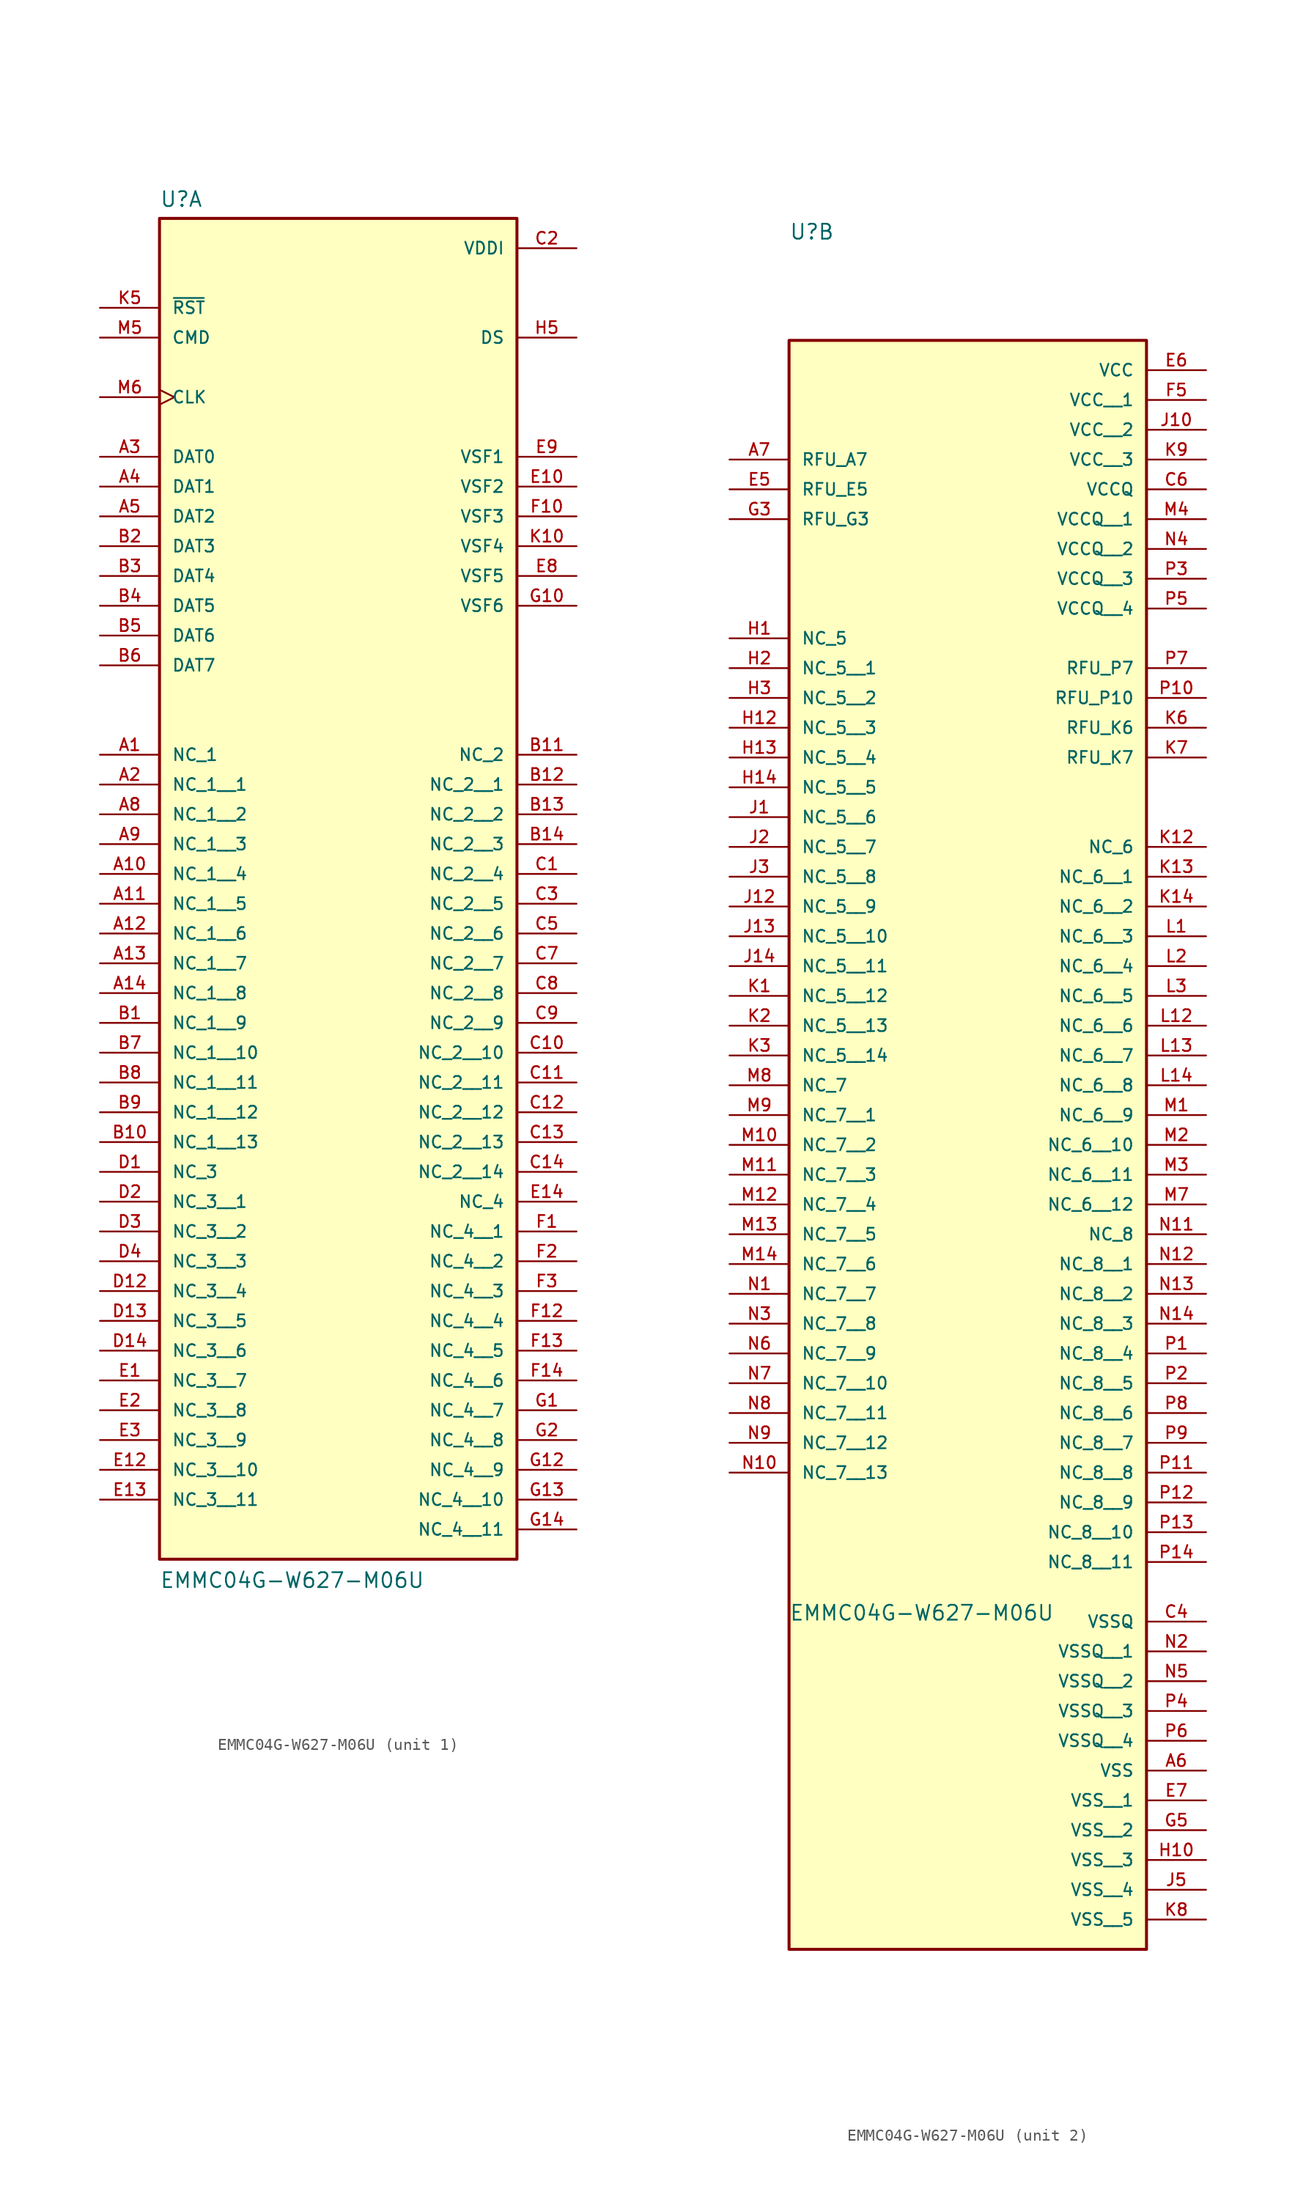
<source format=kicad_sym>
(kicad_symbol_lib
  (version 20211014)
  (generator kicad_symbol_editor)
  (symbol "EMMC04G-W627-M06U"
    (pin_names
      (offset 1.016))
    (property "Reference" "U"
      (at -15.24 26.289 0)
      (effects (font (size 1.27 1.27)) (justify bottom left)))
    (property "Value" "EMMC04G-W627-M06U"
      (at -15.24 -91.44 0)
      (effects (font (size 1.27 1.27)) (justify bottom left)))
    (symbol "EMMC04G-W627-M06U_1_0"
      (rectangle (start -15.24 -88.9) (end 15.24 25.4) (stroke (width 0.254)) (fill (type background)))
      (pin bidirectional line (at -20.32 5.08 0) (length 5.08) (name "DAT0" (effects (font (size 1.016 1.016)))) (number "A3" (effects (font (size 1.016 1.016)))))
      (pin bidirectional line (at -20.32 2.54 0) (length 5.08) (name "DAT1" (effects (font (size 1.016 1.016)))) (number "A4" (effects (font (size 1.016 1.016)))))
      (pin bidirectional line (at -20.32 0.0 0) (length 5.08) (name "DAT2" (effects (font (size 1.016 1.016)))) (number "A5" (effects (font (size 1.016 1.016)))))
      (pin bidirectional line (at -20.32 -2.54 0) (length 5.08) (name "DAT3" (effects (font (size 1.016 1.016)))) (number "B2" (effects (font (size 1.016 1.016)))))
      (pin bidirectional line (at -20.32 -5.08 0) (length 5.08) (name "DAT4" (effects (font (size 1.016 1.016)))) (number "B3" (effects (font (size 1.016 1.016)))))
      (pin bidirectional line (at -20.32 -7.62 0) (length 5.08) (name "DAT5" (effects (font (size 1.016 1.016)))) (number "B4" (effects (font (size 1.016 1.016)))))
      (pin bidirectional line (at -20.32 -10.16 0) (length 5.08) (name "DAT6" (effects (font (size 1.016 1.016)))) (number "B5" (effects (font (size 1.016 1.016)))))
      (pin bidirectional line (at -20.32 -12.7 0) (length 5.08) (name "DAT7" (effects (font (size 1.016 1.016)))) (number "B6" (effects (font (size 1.016 1.016)))))
      (pin bidirectional line (at -20.32 15.24 0) (length 5.08) (name "CMD" (effects (font (size 1.016 1.016)))) (number "M5" (effects (font (size 1.016 1.016)))))
      (pin input clock (at -20.32 10.16 0) (length 5.08) (name "CLK" (effects (font (size 1.016 1.016)))) (number "M6" (effects (font (size 1.016 1.016)))))
      (pin input line (at -20.32 17.78 0) (length 5.08) (name "~{RST}" (effects (font (size 1.016 1.016)))) (number "K5" (effects (font (size 1.016 1.016)))))
      (pin bidirectional line (at 20.32 15.24 180.0) (length 5.08) (name "DS" (effects (font (size 1.016 1.016)))) (number "H5" (effects (font (size 1.016 1.016)))))
      (pin bidirectional line (at 20.32 5.08 180.0) (length 5.08) (name "VSF1" (effects (font (size 1.016 1.016)))) (number "E9" (effects (font (size 1.016 1.016)))))
      (pin bidirectional line (at 20.32 2.54 180.0) (length 5.08) (name "VSF2" (effects (font (size 1.016 1.016)))) (number "E10" (effects (font (size 1.016 1.016)))))
      (pin bidirectional line (at 20.32 0.0 180.0) (length 5.08) (name "VSF3" (effects (font (size 1.016 1.016)))) (number "F10" (effects (font (size 1.016 1.016)))))
      (pin bidirectional line (at 20.32 -2.54 180.0) (length 5.08) (name "VSF4" (effects (font (size 1.016 1.016)))) (number "K10" (effects (font (size 1.016 1.016)))))
      (pin passive line (at 20.32 22.86 180.0) (length 5.08) (name "VDDI" (effects (font (size 1.016 1.016)))) (number "C2" (effects (font (size 1.016 1.016)))))
      (pin passive line (at -20.32 -20.32 0) (length 5.08) (name "NC_1" (effects (font (size 1.016 1.016)))) (number "A1" (effects (font (size 1.016 1.016)))))
      (pin passive line (at 20.32 -20.32 180.0) (length 5.08) (name "NC_2" (effects (font (size 1.016 1.016)))) (number "B11" (effects (font (size 1.016 1.016)))))
      (pin passive line (at -20.32 -55.88 0) (length 5.08) (name "NC_3" (effects (font (size 1.016 1.016)))) (number "D1" (effects (font (size 1.016 1.016)))))
      (pin passive line (at 20.32 -58.42 180.0) (length 5.08) (name "NC_4" (effects (font (size 1.016 1.016)))) (number "E14" (effects (font (size 1.016 1.016)))))
      (pin bidirectional line (at 20.32 -5.08 180.0) (length 5.08) (name "VSF5" (effects (font (size 1.016 1.016)))) (number "E8" (effects (font (size 1.016 1.016)))))
      (pin bidirectional line (at 20.32 -7.62 180.0) (length 5.08) (name "VSF6" (effects (font (size 1.016 1.016)))) (number "G10" (effects (font (size 1.016 1.016)))))
      (pin passive line (at -20.32 -22.86 0) (length 5.08) (name "NC_1__1" (effects (font (size 1.016 1.016)))) (number "A2" (effects (font (size 1.016 1.016)))))
      (pin passive line (at -20.32 -25.4 0) (length 5.08) (name "NC_1__2" (effects (font (size 1.016 1.016)))) (number "A8" (effects (font (size 1.016 1.016)))))
      (pin passive line (at -20.32 -27.94 0) (length 5.08) (name "NC_1__3" (effects (font (size 1.016 1.016)))) (number "A9" (effects (font (size 1.016 1.016)))))
      (pin passive line (at -20.32 -30.48 0) (length 5.08) (name "NC_1__4" (effects (font (size 1.016 1.016)))) (number "A10" (effects (font (size 1.016 1.016)))))
      (pin passive line (at -20.32 -33.02 0) (length 5.08) (name "NC_1__5" (effects (font (size 1.016 1.016)))) (number "A11" (effects (font (size 1.016 1.016)))))
      (pin passive line (at -20.32 -35.56 0) (length 5.08) (name "NC_1__6" (effects (font (size 1.016 1.016)))) (number "A12" (effects (font (size 1.016 1.016)))))
      (pin passive line (at -20.32 -38.1 0) (length 5.08) (name "NC_1__7" (effects (font (size 1.016 1.016)))) (number "A13" (effects (font (size 1.016 1.016)))))
      (pin passive line (at -20.32 -40.64 0) (length 5.08) (name "NC_1__8" (effects (font (size 1.016 1.016)))) (number "A14" (effects (font (size 1.016 1.016)))))
      (pin passive line (at -20.32 -43.18 0) (length 5.08) (name "NC_1__9" (effects (font (size 1.016 1.016)))) (number "B1" (effects (font (size 1.016 1.016)))))
      (pin passive line (at -20.32 -45.72 0) (length 5.08) (name "NC_1__10" (effects (font (size 1.016 1.016)))) (number "B7" (effects (font (size 1.016 1.016)))))
      (pin passive line (at -20.32 -48.26 0) (length 5.08) (name "NC_1__11" (effects (font (size 1.016 1.016)))) (number "B8" (effects (font (size 1.016 1.016)))))
      (pin passive line (at -20.32 -50.8 0) (length 5.08) (name "NC_1__12" (effects (font (size 1.016 1.016)))) (number "B9" (effects (font (size 1.016 1.016)))))
      (pin passive line (at -20.32 -53.34 0) (length 5.08) (name "NC_1__13" (effects (font (size 1.016 1.016)))) (number "B10" (effects (font (size 1.016 1.016)))))
      (pin passive line (at -20.32 -58.42 0) (length 5.08) (name "NC_3__1" (effects (font (size 1.016 1.016)))) (number "D2" (effects (font (size 1.016 1.016)))))
      (pin passive line (at -20.32 -60.96 0) (length 5.08) (name "NC_3__2" (effects (font (size 1.016 1.016)))) (number "D3" (effects (font (size 1.016 1.016)))))
      (pin passive line (at -20.32 -63.5 0) (length 5.08) (name "NC_3__3" (effects (font (size 1.016 1.016)))) (number "D4" (effects (font (size 1.016 1.016)))))
      (pin passive line (at -20.32 -66.04 0) (length 5.08) (name "NC_3__4" (effects (font (size 1.016 1.016)))) (number "D12" (effects (font (size 1.016 1.016)))))
      (pin passive line (at -20.32 -68.58 0) (length 5.08) (name "NC_3__5" (effects (font (size 1.016 1.016)))) (number "D13" (effects (font (size 1.016 1.016)))))
      (pin passive line (at -20.32 -71.12 0) (length 5.08) (name "NC_3__6" (effects (font (size 1.016 1.016)))) (number "D14" (effects (font (size 1.016 1.016)))))
      (pin passive line (at -20.32 -73.66 0) (length 5.08) (name "NC_3__7" (effects (font (size 1.016 1.016)))) (number "E1" (effects (font (size 1.016 1.016)))))
      (pin passive line (at -20.32 -76.2 0) (length 5.08) (name "NC_3__8" (effects (font (size 1.016 1.016)))) (number "E2" (effects (font (size 1.016 1.016)))))
      (pin passive line (at -20.32 -78.74 0) (length 5.08) (name "NC_3__9" (effects (font (size 1.016 1.016)))) (number "E3" (effects (font (size 1.016 1.016)))))
      (pin passive line (at -20.32 -81.28 0) (length 5.08) (name "NC_3__10" (effects (font (size 1.016 1.016)))) (number "E12" (effects (font (size 1.016 1.016)))))
      (pin passive line (at -20.32 -83.82 0) (length 5.08) (name "NC_3__11" (effects (font (size 1.016 1.016)))) (number "E13" (effects (font (size 1.016 1.016)))))
      (pin passive line (at 20.32 -22.86 180.0) (length 5.08) (name "NC_2__1" (effects (font (size 1.016 1.016)))) (number "B12" (effects (font (size 1.016 1.016)))))
      (pin passive line (at 20.32 -25.4 180.0) (length 5.08) (name "NC_2__2" (effects (font (size 1.016 1.016)))) (number "B13" (effects (font (size 1.016 1.016)))))
      (pin passive line (at 20.32 -27.94 180.0) (length 5.08) (name "NC_2__3" (effects (font (size 1.016 1.016)))) (number "B14" (effects (font (size 1.016 1.016)))))
      (pin passive line (at 20.32 -30.48 180.0) (length 5.08) (name "NC_2__4" (effects (font (size 1.016 1.016)))) (number "C1" (effects (font (size 1.016 1.016)))))
      (pin passive line (at 20.32 -33.02 180.0) (length 5.08) (name "NC_2__5" (effects (font (size 1.016 1.016)))) (number "C3" (effects (font (size 1.016 1.016)))))
      (pin passive line (at 20.32 -35.56 180.0) (length 5.08) (name "NC_2__6" (effects (font (size 1.016 1.016)))) (number "C5" (effects (font (size 1.016 1.016)))))
      (pin passive line (at 20.32 -38.1 180.0) (length 5.08) (name "NC_2__7" (effects (font (size 1.016 1.016)))) (number "C7" (effects (font (size 1.016 1.016)))))
      (pin passive line (at 20.32 -40.64 180.0) (length 5.08) (name "NC_2__8" (effects (font (size 1.016 1.016)))) (number "C8" (effects (font (size 1.016 1.016)))))
      (pin passive line (at 20.32 -43.18 180.0) (length 5.08) (name "NC_2__9" (effects (font (size 1.016 1.016)))) (number "C9" (effects (font (size 1.016 1.016)))))
      (pin passive line (at 20.32 -45.72 180.0) (length 5.08) (name "NC_2__10" (effects (font (size 1.016 1.016)))) (number "C10" (effects (font (size 1.016 1.016)))))
      (pin passive line (at 20.32 -48.26 180.0) (length 5.08) (name "NC_2__11" (effects (font (size 1.016 1.016)))) (number "C11" (effects (font (size 1.016 1.016)))))
      (pin passive line (at 20.32 -50.8 180.0) (length 5.08) (name "NC_2__12" (effects (font (size 1.016 1.016)))) (number "C12" (effects (font (size 1.016 1.016)))))
      (pin passive line (at 20.32 -53.34 180.0) (length 5.08) (name "NC_2__13" (effects (font (size 1.016 1.016)))) (number "C13" (effects (font (size 1.016 1.016)))))
      (pin passive line (at 20.32 -55.88 180.0) (length 5.08) (name "NC_2__14" (effects (font (size 1.016 1.016)))) (number "C14" (effects (font (size 1.016 1.016)))))
      (pin passive line (at 20.32 -60.96 180.0) (length 5.08) (name "NC_4__1" (effects (font (size 1.016 1.016)))) (number "F1" (effects (font (size 1.016 1.016)))))
      (pin passive line (at 20.32 -63.5 180.0) (length 5.08) (name "NC_4__2" (effects (font (size 1.016 1.016)))) (number "F2" (effects (font (size 1.016 1.016)))))
      (pin passive line (at 20.32 -66.04 180.0) (length 5.08) (name "NC_4__3" (effects (font (size 1.016 1.016)))) (number "F3" (effects (font (size 1.016 1.016)))))
      (pin passive line (at 20.32 -68.58 180.0) (length 5.08) (name "NC_4__4" (effects (font (size 1.016 1.016)))) (number "F12" (effects (font (size 1.016 1.016)))))
      (pin passive line (at 20.32 -71.12 180.0) (length 5.08) (name "NC_4__5" (effects (font (size 1.016 1.016)))) (number "F13" (effects (font (size 1.016 1.016)))))
      (pin passive line (at 20.32 -73.66 180.0) (length 5.08) (name "NC_4__6" (effects (font (size 1.016 1.016)))) (number "F14" (effects (font (size 1.016 1.016)))))
      (pin passive line (at 20.32 -76.2 180.0) (length 5.08) (name "NC_4__7" (effects (font (size 1.016 1.016)))) (number "G1" (effects (font (size 1.016 1.016)))))
      (pin passive line (at 20.32 -78.74 180.0) (length 5.08) (name "NC_4__8" (effects (font (size 1.016 1.016)))) (number "G2" (effects (font (size 1.016 1.016)))))
      (pin passive line (at 20.32 -81.28 180.0) (length 5.08) (name "NC_4__9" (effects (font (size 1.016 1.016)))) (number "G12" (effects (font (size 1.016 1.016)))))
      (pin passive line (at 20.32 -83.82 180.0) (length 5.08) (name "NC_4__10" (effects (font (size 1.016 1.016)))) (number "G13" (effects (font (size 1.016 1.016)))))
      (pin passive line (at 20.32 -86.36 180.0) (length 5.08) (name "NC_4__11" (effects (font (size 1.016 1.016)))) (number "G14" (effects (font (size 1.016 1.016))))))
    (symbol "EMMC04G-W627-M06U_2_0"
      (rectangle (start -15.24 -119.38) (end 15.24 17.78) (stroke (width 0.254)) (fill (type background)))
      (pin power_in line (at 20.32 15.24 180.0) (length 5.08) (name "VCC" (effects (font (size 1.016 1.016)))) (number "E6" (effects (font (size 1.016 1.016)))))
      (pin power_in line (at 20.32 5.08 180.0) (length 5.08) (name "VCCQ" (effects (font (size 1.016 1.016)))) (number "C6" (effects (font (size 1.016 1.016)))))
      (pin power_in line (at 20.32 -104.14 180.0) (length 5.08) (name "VSS" (effects (font (size 1.016 1.016)))) (number "A6" (effects (font (size 1.016 1.016)))))
      (pin power_in line (at 20.32 -91.44 180.0) (length 5.08) (name "VSSQ" (effects (font (size 1.016 1.016)))) (number "C4" (effects (font (size 1.016 1.016)))))
      (pin passive line (at -20.32 -7.62 0) (length 5.08) (name "NC_5" (effects (font (size 1.016 1.016)))) (number "H1" (effects (font (size 1.016 1.016)))))
      (pin passive line (at 20.32 -25.4 180.0) (length 5.08) (name "NC_6" (effects (font (size 1.016 1.016)))) (number "K12" (effects (font (size 1.016 1.016)))))
      (pin passive line (at -20.32 -45.72 0) (length 5.08) (name "NC_7" (effects (font (size 1.016 1.016)))) (number "M8" (effects (font (size 1.016 1.016)))))
      (pin passive line (at 20.32 -58.42 180.0) (length 5.08) (name "NC_8" (effects (font (size 1.016 1.016)))) (number "N11" (effects (font (size 1.016 1.016)))))
      (pin passive line (at -20.32 7.62 0) (length 5.08) (name "RFU_A7" (effects (font (size 1.016 1.016)))) (number "A7" (effects (font (size 1.016 1.016)))))
      (pin passive line (at -20.32 5.08 0) (length 5.08) (name "RFU_E5" (effects (font (size 1.016 1.016)))) (number "E5" (effects (font (size 1.016 1.016)))))
      (pin passive line (at -20.32 2.54 0) (length 5.08) (name "RFU_G3" (effects (font (size 1.016 1.016)))) (number "G3" (effects (font (size 1.016 1.016)))))
      (pin passive line (at 20.32 -15.24 180.0) (length 5.08) (name "RFU_K6" (effects (font (size 1.016 1.016)))) (number "K6" (effects (font (size 1.016 1.016)))))
      (pin passive line (at 20.32 -10.16 180.0) (length 5.08) (name "RFU_P7" (effects (font (size 1.016 1.016)))) (number "P7" (effects (font (size 1.016 1.016)))))
      (pin passive line (at 20.32 -17.78 180.0) (length 5.08) (name "RFU_K7" (effects (font (size 1.016 1.016)))) (number "K7" (effects (font (size 1.016 1.016)))))
      (pin passive line (at 20.32 -12.7 180.0) (length 5.08) (name "RFU_P10" (effects (font (size 1.016 1.016)))) (number "P10" (effects (font (size 1.016 1.016)))))
      (pin passive line (at -20.32 -10.16 0) (length 5.08) (name "NC_5__1" (effects (font (size 1.016 1.016)))) (number "H2" (effects (font (size 1.016 1.016)))))
      (pin passive line (at -20.32 -12.7 0) (length 5.08) (name "NC_5__2" (effects (font (size 1.016 1.016)))) (number "H3" (effects (font (size 1.016 1.016)))))
      (pin passive line (at -20.32 -15.24 0) (length 5.08) (name "NC_5__3" (effects (font (size 1.016 1.016)))) (number "H12" (effects (font (size 1.016 1.016)))))
      (pin passive line (at -20.32 -17.78 0) (length 5.08) (name "NC_5__4" (effects (font (size 1.016 1.016)))) (number "H13" (effects (font (size 1.016 1.016)))))
      (pin passive line (at -20.32 -20.32 0) (length 5.08) (name "NC_5__5" (effects (font (size 1.016 1.016)))) (number "H14" (effects (font (size 1.016 1.016)))))
      (pin passive line (at -20.32 -22.86 0) (length 5.08) (name "NC_5__6" (effects (font (size 1.016 1.016)))) (number "J1" (effects (font (size 1.016 1.016)))))
      (pin passive line (at -20.32 -25.4 0) (length 5.08) (name "NC_5__7" (effects (font (size 1.016 1.016)))) (number "J2" (effects (font (size 1.016 1.016)))))
      (pin passive line (at -20.32 -27.94 0) (length 5.08) (name "NC_5__8" (effects (font (size 1.016 1.016)))) (number "J3" (effects (font (size 1.016 1.016)))))
      (pin passive line (at -20.32 -30.48 0) (length 5.08) (name "NC_5__9" (effects (font (size 1.016 1.016)))) (number "J12" (effects (font (size 1.016 1.016)))))
      (pin passive line (at -20.32 -33.02 0) (length 5.08) (name "NC_5__10" (effects (font (size 1.016 1.016)))) (number "J13" (effects (font (size 1.016 1.016)))))
      (pin passive line (at -20.32 -35.56 0) (length 5.08) (name "NC_5__11" (effects (font (size 1.016 1.016)))) (number "J14" (effects (font (size 1.016 1.016)))))
      (pin passive line (at -20.32 -38.1 0) (length 5.08) (name "NC_5__12" (effects (font (size 1.016 1.016)))) (number "K1" (effects (font (size 1.016 1.016)))))
      (pin passive line (at -20.32 -40.64 0) (length 5.08) (name "NC_5__13" (effects (font (size 1.016 1.016)))) (number "K2" (effects (font (size 1.016 1.016)))))
      (pin passive line (at -20.32 -43.18 0) (length 5.08) (name "NC_5__14" (effects (font (size 1.016 1.016)))) (number "K3" (effects (font (size 1.016 1.016)))))
      (pin passive line (at -20.32 -48.26 0) (length 5.08) (name "NC_7__1" (effects (font (size 1.016 1.016)))) (number "M9" (effects (font (size 1.016 1.016)))))
      (pin passive line (at -20.32 -50.8 0) (length 5.08) (name "NC_7__2" (effects (font (size 1.016 1.016)))) (number "M10" (effects (font (size 1.016 1.016)))))
      (pin passive line (at -20.32 -53.34 0) (length 5.08) (name "NC_7__3" (effects (font (size 1.016 1.016)))) (number "M11" (effects (font (size 1.016 1.016)))))
      (pin passive line (at -20.32 -55.88 0) (length 5.08) (name "NC_7__4" (effects (font (size 1.016 1.016)))) (number "M12" (effects (font (size 1.016 1.016)))))
      (pin passive line (at -20.32 -58.42 0) (length 5.08) (name "NC_7__5" (effects (font (size 1.016 1.016)))) (number "M13" (effects (font (size 1.016 1.016)))))
      (pin passive line (at -20.32 -60.96 0) (length 5.08) (name "NC_7__6" (effects (font (size 1.016 1.016)))) (number "M14" (effects (font (size 1.016 1.016)))))
      (pin passive line (at -20.32 -63.5 0) (length 5.08) (name "NC_7__7" (effects (font (size 1.016 1.016)))) (number "N1" (effects (font (size 1.016 1.016)))))
      (pin passive line (at -20.32 -66.04 0) (length 5.08) (name "NC_7__8" (effects (font (size 1.016 1.016)))) (number "N3" (effects (font (size 1.016 1.016)))))
      (pin passive line (at -20.32 -68.58 0) (length 5.08) (name "NC_7__9" (effects (font (size 1.016 1.016)))) (number "N6" (effects (font (size 1.016 1.016)))))
      (pin passive line (at -20.32 -71.12 0) (length 5.08) (name "NC_7__10" (effects (font (size 1.016 1.016)))) (number "N7" (effects (font (size 1.016 1.016)))))
      (pin passive line (at -20.32 -73.66 0) (length 5.08) (name "NC_7__11" (effects (font (size 1.016 1.016)))) (number "N8" (effects (font (size 1.016 1.016)))))
      (pin passive line (at -20.32 -76.2 0) (length 5.08) (name "NC_7__12" (effects (font (size 1.016 1.016)))) (number "N9" (effects (font (size 1.016 1.016)))))
      (pin passive line (at -20.32 -78.74 0) (length 5.08) (name "NC_7__13" (effects (font (size 1.016 1.016)))) (number "N10" (effects (font (size 1.016 1.016)))))
      (pin power_in line (at 20.32 12.7 180.0) (length 5.08) (name "VCC__1" (effects (font (size 1.016 1.016)))) (number "F5" (effects (font (size 1.016 1.016)))))
      (pin power_in line (at 20.32 10.16 180.0) (length 5.08) (name "VCC__2" (effects (font (size 1.016 1.016)))) (number "J10" (effects (font (size 1.016 1.016)))))
      (pin power_in line (at 20.32 7.62 180.0) (length 5.08) (name "VCC__3" (effects (font (size 1.016 1.016)))) (number "K9" (effects (font (size 1.016 1.016)))))
      (pin power_in line (at 20.32 2.54 180.0) (length 5.08) (name "VCCQ__1" (effects (font (size 1.016 1.016)))) (number "M4" (effects (font (size 1.016 1.016)))))
      (pin power_in line (at 20.32 -8.881784197e-16 180.0) (length 5.08) (name "VCCQ__2" (effects (font (size 1.016 1.016)))) (number "N4" (effects (font (size 1.016 1.016)))))
      (pin power_in line (at 20.32 -2.54 180.0) (length 5.08) (name "VCCQ__3" (effects (font (size 1.016 1.016)))) (number "P3" (effects (font (size 1.016 1.016)))))
      (pin power_in line (at 20.32 -5.08 180.0) (length 5.08) (name "VCCQ__4" (effects (font (size 1.016 1.016)))) (number "P5" (effects (font (size 1.016 1.016)))))
      (pin passive line (at 20.32 -27.94 180.0) (length 5.08) (name "NC_6__1" (effects (font (size 1.016 1.016)))) (number "K13" (effects (font (size 1.016 1.016)))))
      (pin passive line (at 20.32 -30.48 180.0) (length 5.08) (name "NC_6__2" (effects (font (size 1.016 1.016)))) (number "K14" (effects (font (size 1.016 1.016)))))
      (pin passive line (at 20.32 -33.02 180.0) (length 5.08) (name "NC_6__3" (effects (font (size 1.016 1.016)))) (number "L1" (effects (font (size 1.016 1.016)))))
      (pin passive line (at 20.32 -35.56 180.0) (length 5.08) (name "NC_6__4" (effects (font (size 1.016 1.016)))) (number "L2" (effects (font (size 1.016 1.016)))))
      (pin passive line (at 20.32 -38.1 180.0) (length 5.08) (name "NC_6__5" (effects (font (size 1.016 1.016)))) (number "L3" (effects (font (size 1.016 1.016)))))
      (pin passive line (at 20.32 -40.64 180.0) (length 5.08) (name "NC_6__6" (effects (font (size 1.016 1.016)))) (number "L12" (effects (font (size 1.016 1.016)))))
      (pin passive line (at 20.32 -43.18 180.0) (length 5.08) (name "NC_6__7" (effects (font (size 1.016 1.016)))) (number "L13" (effects (font (size 1.016 1.016)))))
      (pin passive line (at 20.32 -45.72 180.0) (length 5.08) (name "NC_6__8" (effects (font (size 1.016 1.016)))) (number "L14" (effects (font (size 1.016 1.016)))))
      (pin passive line (at 20.32 -48.26 180.0) (length 5.08) (name "NC_6__9" (effects (font (size 1.016 1.016)))) (number "M1" (effects (font (size 1.016 1.016)))))
      (pin passive line (at 20.32 -50.8 180.0) (length 5.08) (name "NC_6__10" (effects (font (size 1.016 1.016)))) (number "M2" (effects (font (size 1.016 1.016)))))
      (pin passive line (at 20.32 -53.34 180.0) (length 5.08) (name "NC_6__11" (effects (font (size 1.016 1.016)))) (number "M3" (effects (font (size 1.016 1.016)))))
      (pin passive line (at 20.32 -55.88 180.0) (length 5.08) (name "NC_6__12" (effects (font (size 1.016 1.016)))) (number "M7" (effects (font (size 1.016 1.016)))))
      (pin passive line (at 20.32 -60.96 180.0) (length 5.08) (name "NC_8__1" (effects (font (size 1.016 1.016)))) (number "N12" (effects (font (size 1.016 1.016)))))
      (pin passive line (at 20.32 -63.5 180.0) (length 5.08) (name "NC_8__2" (effects (font (size 1.016 1.016)))) (number "N13" (effects (font (size 1.016 1.016)))))
      (pin passive line (at 20.32 -66.04 180.0) (length 5.08) (name "NC_8__3" (effects (font (size 1.016 1.016)))) (number "N14" (effects (font (size 1.016 1.016)))))
      (pin passive line (at 20.32 -68.58 180.0) (length 5.08) (name "NC_8__4" (effects (font (size 1.016 1.016)))) (number "P1" (effects (font (size 1.016 1.016)))))
      (pin passive line (at 20.32 -71.12 180.0) (length 5.08) (name "NC_8__5" (effects (font (size 1.016 1.016)))) (number "P2" (effects (font (size 1.016 1.016)))))
      (pin passive line (at 20.32 -73.66 180.0) (length 5.08) (name "NC_8__6" (effects (font (size 1.016 1.016)))) (number "P8" (effects (font (size 1.016 1.016)))))
      (pin passive line (at 20.32 -76.2 180.0) (length 5.08) (name "NC_8__7" (effects (font (size 1.016 1.016)))) (number "P9" (effects (font (size 1.016 1.016)))))
      (pin passive line (at 20.32 -78.74 180.0) (length 5.08) (name "NC_8__8" (effects (font (size 1.016 1.016)))) (number "P11" (effects (font (size 1.016 1.016)))))
      (pin passive line (at 20.32 -81.28 180.0) (length 5.08) (name "NC_8__9" (effects (font (size 1.016 1.016)))) (number "P12" (effects (font (size 1.016 1.016)))))
      (pin passive line (at 20.32 -83.82 180.0) (length 5.08) (name "NC_8__10" (effects (font (size 1.016 1.016)))) (number "P13" (effects (font (size 1.016 1.016)))))
      (pin passive line (at 20.32 -86.36 180.0) (length 5.08) (name "NC_8__11" (effects (font (size 1.016 1.016)))) (number "P14" (effects (font (size 1.016 1.016)))))
      (pin power_in line (at 20.32 -93.98 180.0) (length 5.08) (name "VSSQ__1" (effects (font (size 1.016 1.016)))) (number "N2" (effects (font (size 1.016 1.016)))))
      (pin power_in line (at 20.32 -96.52 180.0) (length 5.08) (name "VSSQ__2" (effects (font (size 1.016 1.016)))) (number "N5" (effects (font (size 1.016 1.016)))))
      (pin power_in line (at 20.32 -99.06 180.0) (length 5.08) (name "VSSQ__3" (effects (font (size 1.016 1.016)))) (number "P4" (effects (font (size 1.016 1.016)))))
      (pin power_in line (at 20.32 -101.6 180.0) (length 5.08) (name "VSSQ__4" (effects (font (size 1.016 1.016)))) (number "P6" (effects (font (size 1.016 1.016)))))
      (pin power_in line (at 20.32 -106.68 180.0) (length 5.08) (name "VSS__1" (effects (font (size 1.016 1.016)))) (number "E7" (effects (font (size 1.016 1.016)))))
      (pin power_in line (at 20.32 -109.22 180.0) (length 5.08) (name "VSS__2" (effects (font (size 1.016 1.016)))) (number "G5" (effects (font (size 1.016 1.016)))))
      (pin power_in line (at 20.32 -111.76 180.0) (length 5.08) (name "VSS__3" (effects (font (size 1.016 1.016)))) (number "H10" (effects (font (size 1.016 1.016)))))
      (pin power_in line (at 20.32 -114.3 180.0) (length 5.08) (name "VSS__4" (effects (font (size 1.016 1.016)))) (number "J5" (effects (font (size 1.016 1.016)))))
      (pin power_in line (at 20.32 -116.84 180.0) (length 5.08) (name "VSS__5" (effects (font (size 1.016 1.016)))) (number "K8" (effects (font (size 1.016 1.016))))))))
</source>
